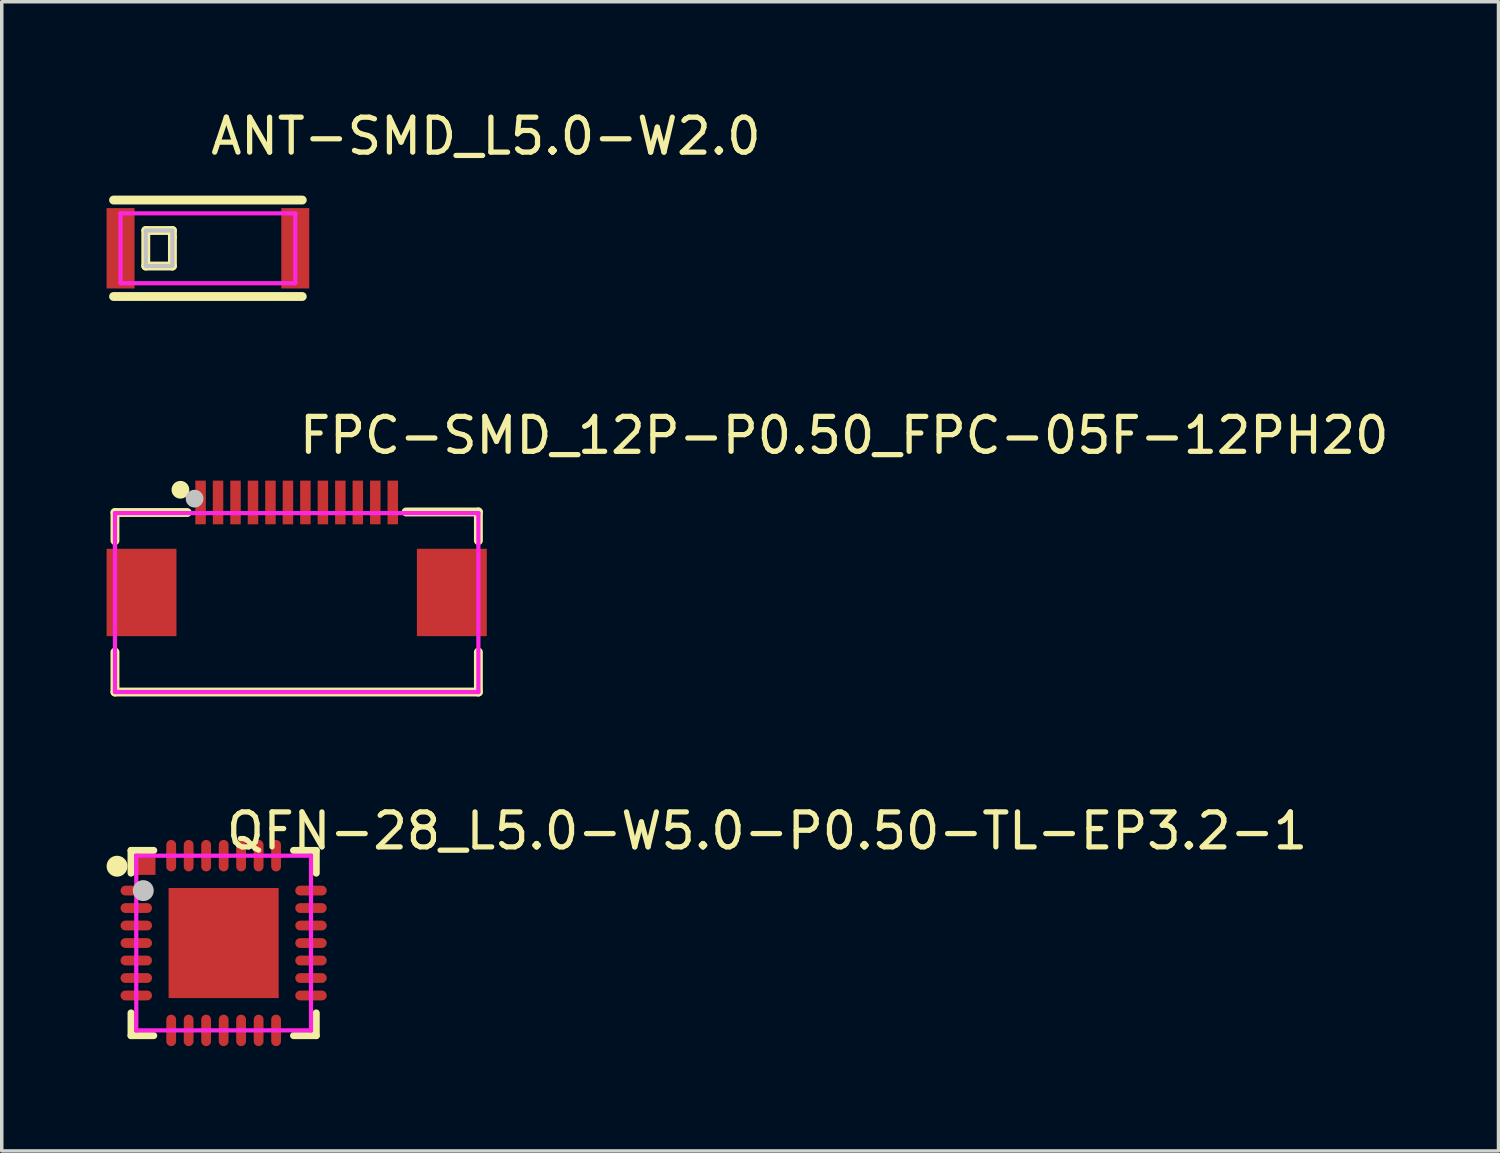
<source format=kicad_pcb>
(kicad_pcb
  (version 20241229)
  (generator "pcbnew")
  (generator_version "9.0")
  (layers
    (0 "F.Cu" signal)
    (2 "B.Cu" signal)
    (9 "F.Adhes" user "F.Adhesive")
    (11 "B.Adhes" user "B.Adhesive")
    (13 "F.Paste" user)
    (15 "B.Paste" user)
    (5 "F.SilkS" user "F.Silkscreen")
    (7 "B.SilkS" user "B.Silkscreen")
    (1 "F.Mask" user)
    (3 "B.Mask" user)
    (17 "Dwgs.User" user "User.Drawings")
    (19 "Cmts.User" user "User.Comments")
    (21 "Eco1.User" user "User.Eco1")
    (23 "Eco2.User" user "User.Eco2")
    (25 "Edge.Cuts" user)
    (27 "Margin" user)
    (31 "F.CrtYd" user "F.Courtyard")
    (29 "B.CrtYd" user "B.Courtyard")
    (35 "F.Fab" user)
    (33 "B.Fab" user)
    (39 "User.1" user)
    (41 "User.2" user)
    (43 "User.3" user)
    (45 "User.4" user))
  (footprint "ANT-SMD_L5.0-W2.0"
    (layer "F.Cu")
    (at 2.9 4.055)
    (property "Reference" "ANT-SMD_L5.0-W2.0" (at 0 -3.207 0) (layer "F.SilkS") (effects (font (size 1 1) (thickness 0.15)) (justify left)))
    (attr through_hole)
    (fp_line (start -2.7 -1.38) (end 2.7 -1.38) (stroke (width 0.254) (type solid)) (layer "F.SilkS"))
    (fp_line (start -2.7 1.38) (end 2.7 1.38) (stroke (width 0.254) (type solid)) (layer "F.SilkS"))
    (fp_line (start -1.778 -0.508) (end -1.778 0.508) (stroke (width 0.254) (type solid)) (layer "F.SilkS"))
    (fp_line (start -1.778 0.508) (end -1.016 0.508) (stroke (width 0.254) (type solid)) (layer "F.SilkS"))
    (fp_line (start -1.016 -0.508) (end -1.778 -0.508) (stroke (width 0.254) (type solid)) (layer "F.SilkS"))
    (fp_line (start -1.016 -0.32) (end -1.016 -0.508) (stroke (width 0.254) (type solid)) (layer "F.SilkS"))
    (fp_line (start -1.016 0.508) (end -1.016 -0.32) (stroke (width 0.254) (type solid)) (layer "F.SilkS"))
    (fp_poly (pts (xy -1.778 -0.508) (xy -1.778 0.508) (xy -1.016 0.508) (xy -1.016 -0.508)) (stroke (width 0.12) (type solid)) (fill no) (layer "Dwgs.User"))
    (fp_circle (center -2.5 1) (end -2.47 1) (stroke (width 0.06) (type solid)) (fill no) (layer "Eco2.User"))
    (fp_poly (pts (xy -2.5 -1) (xy -2 -1) (xy -2 1) (xy -2.5 1)) (stroke (width 0.12) (type solid)) (fill no) (layer "Eco2.User"))
    (fp_poly (pts (xy 2 -1) (xy 2.5 -1) (xy 2.5 1) (xy 2 1)) (stroke (width 0.12) (type solid)) (fill no) (layer "Eco2.User"))
    (fp_line (start -2.5 -1) (end 2.5 -1) (stroke (width 0.12) (type solid)) (layer "F.CrtYd"))
    (fp_line (start -2.5 1) (end -2.5 -1) (stroke (width 0.12) (type solid)) (layer "F.CrtYd"))
    (fp_line (start 2.5 -1) (end 2.5 1) (stroke (width 0.12) (type solid)) (layer "F.CrtYd"))
    (fp_line (start 2.5 1) (end -2.5 1) (stroke (width 0.12) (type solid)) (layer "F.CrtYd"))
    (pad "1" smd rect (at -2.5 0) (size 0.8 2.3) (layers "F.Cu" "F.Mask" "F.Paste"))
    (pad "2" smd rect (at 2.5 0) (size 0.8 2.3) (layers "F.Cu" "F.Mask" "F.Paste")))
  (footprint "FPC-SMD_12P-P0.50_FPC-05F-12PH20"
    (layer "F.Cu")
    (at 5.44 12.617)
    (property "Reference" "FPC-SMD_12P-P0.50_FPC-05F-12PH20" (at 0 -3.207 0) (layer "F.SilkS") (effects (font (size 1 1) (thickness 0.15)) (justify left)))
    (attr through_hole)
    (fp_line (start -5.2 -1) (end -3.131 -1) (stroke (width 0.254) (type solid)) (layer "F.SilkS"))
    (fp_line (start -5.2 -0.194) (end -5.2 -1) (stroke (width 0.254) (type solid)) (layer "F.SilkS"))
    (fp_line (start -5.2 4.137) (end -5.2 2.993) (stroke (width 0.254) (type solid)) (layer "F.SilkS"))
    (fp_line (start -5.2 4.137) (end 5.2 4.137) (stroke (width 0.254) (type solid)) (layer "F.SilkS"))
    (fp_line (start 5.2 -1.016) (end 3.131 -1.016) (stroke (width 0.254) (type solid)) (layer "F.SilkS"))
    (fp_line (start 5.2 -0.194) (end 5.2 -1.016) (stroke (width 0.254) (type solid)) (layer "F.SilkS"))
    (fp_line (start 5.2 4.137) (end 5.2 2.993) (stroke (width 0.254) (type solid)) (layer "F.SilkS"))
    (fp_circle (center -3.327 -1.651) (end -3.2 -1.651) (stroke (width 0.254) (type solid)) (fill no) (layer "F.SilkS"))
    (fp_circle (center -2.921 -1.397) (end -2.794 -1.397) (stroke (width 0.254) (type solid)) (fill no) (layer "Dwgs.User"))
    (fp_circle (center -5.2 -1.683) (end -5.17 -1.683) (stroke (width 0.06) (type solid)) (fill no) (layer "Eco2.User"))
    (fp_poly (pts (xy -4.94 0.538) (xy -3.94 0.538) (xy -3.94 2.038) (xy -4.94 2.038)) (stroke (width 0.12) (type solid)) (fill no) (layer "Eco2.User"))
    (fp_poly (pts (xy -2.85 -1.683) (xy -2.65 -1.683) (xy -2.65 -0.883) (xy -2.85 -0.883)) (stroke (width 0.12) (type solid)) (fill no) (layer "Eco2.User"))
    (fp_poly (pts (xy -2.35 -1.683) (xy -2.15 -1.683) (xy -2.15 -0.883) (xy -2.35 -0.883)) (stroke (width 0.12) (type solid)) (fill no) (layer "Eco2.User"))
    (fp_poly (pts (xy -1.85 -1.683) (xy -1.65 -1.683) (xy -1.65 -0.883) (xy -1.85 -0.883)) (stroke (width 0.12) (type solid)) (fill no) (layer "Eco2.User"))
    (fp_poly (pts (xy -1.35 -1.683) (xy -1.15 -1.683) (xy -1.15 -0.883) (xy -1.35 -0.883)) (stroke (width 0.12) (type solid)) (fill no) (layer "Eco2.User"))
    (fp_poly (pts (xy -0.85 -1.683) (xy -0.65 -1.683) (xy -0.65 -0.883) (xy -0.85 -0.883)) (stroke (width 0.12) (type solid)) (fill no) (layer "Eco2.User"))
    (fp_poly (pts (xy -0.35 -1.683) (xy -0.15 -1.683) (xy -0.15 -0.883) (xy -0.35 -0.883)) (stroke (width 0.12) (type solid)) (fill no) (layer "Eco2.User"))
    (fp_poly (pts (xy 0.15 -1.683) (xy 0.35 -1.683) (xy 0.35 -0.883) (xy 0.15 -0.883)) (stroke (width 0.12) (type solid)) (fill no) (layer "Eco2.User"))
    (fp_poly (pts (xy 0.65 -1.683) (xy 0.85 -1.683) (xy 0.85 -0.883) (xy 0.65 -0.883)) (stroke (width 0.12) (type solid)) (fill no) (layer "Eco2.User"))
    (fp_poly (pts (xy 1.15 -1.683) (xy 1.35 -1.683) (xy 1.35 -0.883) (xy 1.15 -0.883)) (stroke (width 0.12) (type solid)) (fill no) (layer "Eco2.User"))
    (fp_poly (pts (xy 1.65 -1.683) (xy 1.85 -1.683) (xy 1.85 -0.883) (xy 1.65 -0.883)) (stroke (width 0.12) (type solid)) (fill no) (layer "Eco2.User"))
    (fp_poly (pts (xy 2.15 -1.683) (xy 2.35 -1.683) (xy 2.35 -0.883) (xy 2.15 -0.883)) (stroke (width 0.12) (type solid)) (fill no) (layer "Eco2.User"))
    (fp_poly (pts (xy 2.65 -1.683) (xy 2.85 -1.683) (xy 2.85 -0.883) (xy 2.65 -0.883)) (stroke (width 0.12) (type solid)) (fill no) (layer "Eco2.User"))
    (fp_poly (pts (xy 3.94 0.538) (xy 4.94 0.538) (xy 4.94 2.038) (xy 3.94 2.038)) (stroke (width 0.12) (type solid)) (fill no) (layer "Eco2.User"))
    (fp_line (start -5.2 -0.983) (end 5.2 -0.983) (stroke (width 0.12) (type solid)) (layer "F.CrtYd"))
    (fp_line (start -5.2 4.137) (end -5.2 -0.983) (stroke (width 0.12) (type solid)) (layer "F.CrtYd"))
    (fp_line (start 5.2 -0.983) (end 5.2 4.137) (stroke (width 0.12) (type solid)) (layer "F.CrtYd"))
    (fp_line (start 5.2 4.137) (end -5.2 4.137) (stroke (width 0.12) (type solid)) (layer "F.CrtYd"))
    (pad "1" smd rect (at -2.75 -1.288) (size 0.3 1.25) (layers "F.Cu" "F.Mask" "F.Paste"))
    (pad "2" smd rect (at -2.25 -1.288) (size 0.3 1.25) (layers "F.Cu" "F.Mask" "F.Paste"))
    (pad "3" smd rect (at -1.75 -1.288) (size 0.3 1.25) (layers "F.Cu" "F.Mask" "F.Paste"))
    (pad "4" smd rect (at -1.25 -1.288) (size 0.3 1.25) (layers "F.Cu" "F.Mask" "F.Paste"))
    (pad "5" smd rect (at -0.75 -1.288) (size 0.3 1.25) (layers "F.Cu" "F.Mask" "F.Paste"))
    (pad "6" smd rect (at -0.25 -1.288) (size 0.3 1.25) (layers "F.Cu" "F.Mask" "F.Paste"))
    (pad "7" smd rect (at 0.25 -1.288) (size 0.3 1.25) (layers "F.Cu" "F.Mask" "F.Paste"))
    (pad "8" smd rect (at 0.75 -1.288) (size 0.3 1.25) (layers "F.Cu" "F.Mask" "F.Paste"))
    (pad "9" smd rect (at 1.25 -1.288) (size 0.3 1.25) (layers "F.Cu" "F.Mask" "F.Paste"))
    (pad "10" smd rect (at 1.75 -1.288) (size 0.3 1.25) (layers "F.Cu" "F.Mask" "F.Paste"))
    (pad "11" smd rect (at 2.25 -1.288) (size 0.3 1.25) (layers "F.Cu" "F.Mask" "F.Paste"))
    (pad "12" smd rect (at 2.75 -1.288) (size 0.3 1.25) (layers "F.Cu" "F.Mask" "F.Paste"))
    (pad "13" smd rect (at 4.44 1.288) (size 2 2.5) (layers "F.Cu" "F.Mask" "F.Paste"))
    (pad "14" smd rect (at -4.44 1.288) (size 2 2.5) (layers "F.Cu" "F.Mask" "F.Paste")))
  (footprint "QFN-28_L5.0-W5.0-P0.50-TL-EP3.2-1"
    (layer "F.Cu")
    (at 3.35 23.937)
    (property "Reference" "QFN-28_L5.0-W5.0-P0.50-TL-EP3.2-1" (at 0 -3.207 0) (layer "F.SilkS") (effects (font (size 1 1) (thickness 0.15)) (justify left)))
    (attr through_hole)
    (fp_line (start -2.65 -2.65) (end -2 -2.65) (stroke (width 0.2) (type solid)) (layer "F.SilkS"))
    (fp_line (start -2.65 -2) (end -2.65 -2.65) (stroke (width 0.2) (type solid)) (layer "F.SilkS"))
    (fp_line (start -2.65 2) (end -2.65 2.65) (stroke (width 0.2) (type solid)) (layer "F.SilkS"))
    (fp_line (start -2.65 2.65) (end -2 2.65) (stroke (width 0.2) (type solid)) (layer "F.SilkS"))
    (fp_line (start 2 2.65) (end 2.65 2.65) (stroke (width 0.2) (type solid)) (layer "F.SilkS"))
    (fp_line (start 2.65 -2.65) (end 2 -2.65) (stroke (width 0.2) (type solid)) (layer "F.SilkS"))
    (fp_line (start 2.65 -2) (end 2.65 -2.65) (stroke (width 0.2) (type solid)) (layer "F.SilkS"))
    (fp_line (start 2.65 2.65) (end 2.65 2) (stroke (width 0.2) (type solid)) (layer "F.SilkS"))
    (fp_arc (start -2.9 -2.197) (mid -3.200012 -2.19973) (end -2.899988 -2.19954) (stroke (width 0.3) (type solid)) (layer "F.SilkS"))
    (fp_circle (center -2.3 -1.5) (end -2.15 -1.5) (stroke (width 0.3) (type solid)) (fill no) (layer "Dwgs.User"))
    (fp_circle (center -2.5 -2.5) (end -2.47 -2.5) (stroke (width 0.06) (type solid)) (fill no) (layer "Eco2.User"))
    (fp_poly (pts (xy -2.1 -1.626) (xy -2.1 -1.376) (xy -2.5 -1.376) (xy -2.5 -1.626)) (stroke (width 0.12) (type solid)) (fill no) (layer "Eco2.User"))
    (fp_poly (pts (xy -2.1 -1.126) (xy -2.1 -0.876) (xy -2.5 -0.876) (xy -2.5 -1.126)) (stroke (width 0.12) (type solid)) (fill no) (layer "Eco2.User"))
    (fp_poly (pts (xy -2.1 -0.626) (xy -2.1 -0.376) (xy -2.5 -0.376) (xy -2.5 -0.626)) (stroke (width 0.12) (type solid)) (fill no) (layer "Eco2.User"))
    (fp_poly (pts (xy -2.1 -0.125) (xy -2.1 0.125) (xy -2.5 0.125) (xy -2.5 -0.125)) (stroke (width 0.12) (type solid)) (fill no) (layer "Eco2.User"))
    (fp_poly (pts (xy -2.1 0.375) (xy -2.1 0.625) (xy -2.5 0.625) (xy -2.5 0.375)) (stroke (width 0.12) (type solid)) (fill no) (layer "Eco2.User"))
    (fp_poly (pts (xy -2.1 0.876) (xy -2.1 1.126) (xy -2.5 1.126) (xy -2.5 0.876)) (stroke (width 0.12) (type solid)) (fill no) (layer "Eco2.User"))
    (fp_poly (pts (xy -2.1 1.376) (xy -2.1 1.626) (xy -2.5 1.626) (xy -2.5 1.376)) (stroke (width 0.12) (type solid)) (fill no) (layer "Eco2.User"))
    (fp_poly (pts (xy -1.982 -2.417) (xy -1.982 -1.982) (xy -2.417 -1.982) (xy -2.417 -2.417)) (stroke (width 0.12) (type solid)) (fill no) (layer "Eco2.User"))
    (fp_poly (pts (xy -1.626 -2.5) (xy -1.376 -2.5) (xy -1.376 -2.1) (xy -1.626 -2.1)) (stroke (width 0.12) (type solid)) (fill no) (layer "Eco2.User"))
    (fp_poly (pts (xy -1.626 2.1) (xy -1.376 2.1) (xy -1.376 2.5) (xy -1.626 2.5)) (stroke (width 0.12) (type solid)) (fill no) (layer "Eco2.User"))
    (fp_poly (pts (xy -1.575 -1.575) (xy 1.575 -1.575) (xy 1.575 1.575) (xy -1.575 1.575)) (stroke (width 0.12) (type solid)) (fill no) (layer "Eco2.User"))
    (fp_poly (pts (xy -1.126 -2.5) (xy -0.876 -2.5) (xy -0.876 -2.1) (xy -1.126 -2.1)) (stroke (width 0.12) (type solid)) (fill no) (layer "Eco2.User"))
    (fp_poly (pts (xy -1.126 2.1) (xy -0.876 2.1) (xy -0.876 2.5) (xy -1.126 2.5)) (stroke (width 0.12) (type solid)) (fill no) (layer "Eco2.User"))
    (fp_poly (pts (xy -0.626 -2.5) (xy -0.376 -2.5) (xy -0.376 -2.1) (xy -0.626 -2.1)) (stroke (width 0.12) (type solid)) (fill no) (layer "Eco2.User"))
    (fp_poly (pts (xy -0.626 2.1) (xy -0.376 2.1) (xy -0.376 2.5) (xy -0.626 2.5)) (stroke (width 0.12) (type solid)) (fill no) (layer "Eco2.User"))
    (fp_poly (pts (xy -0.125 -2.5) (xy 0.125 -2.5) (xy 0.125 -2.1) (xy -0.125 -2.1)) (stroke (width 0.12) (type solid)) (fill no) (layer "Eco2.User"))
    (fp_poly (pts (xy -0.125 2.1) (xy 0.125 2.1) (xy 0.125 2.5) (xy -0.125 2.5)) (stroke (width 0.12) (type solid)) (fill no) (layer "Eco2.User"))
    (fp_poly (pts (xy 0.375 -2.5) (xy 0.625 -2.5) (xy 0.625 -2.1) (xy 0.375 -2.1)) (stroke (width 0.12) (type solid)) (fill no) (layer "Eco2.User"))
    (fp_poly (pts (xy 0.375 2.1) (xy 0.625 2.1) (xy 0.625 2.5) (xy 0.375 2.5)) (stroke (width 0.12) (type solid)) (fill no) (layer "Eco2.User"))
    (fp_poly (pts (xy 0.876 -2.5) (xy 1.126 -2.5) (xy 1.126 -2.1) (xy 0.876 -2.1)) (stroke (width 0.12) (type solid)) (fill no) (layer "Eco2.User"))
    (fp_poly (pts (xy 0.876 2.1) (xy 1.126 2.1) (xy 1.126 2.5) (xy 0.876 2.5)) (stroke (width 0.12) (type solid)) (fill no) (layer "Eco2.User"))
    (fp_poly (pts (xy 1.376 -2.5) (xy 1.626 -2.5) (xy 1.626 -2.1) (xy 1.376 -2.1)) (stroke (width 0.12) (type solid)) (fill no) (layer "Eco2.User"))
    (fp_poly (pts (xy 1.376 2.1) (xy 1.626 2.1) (xy 1.626 2.5) (xy 1.376 2.5)) (stroke (width 0.12) (type solid)) (fill no) (layer "Eco2.User"))
    (fp_poly (pts (xy 2.5 -1.626) (xy 2.5 -1.376) (xy 2.1 -1.376) (xy 2.1 -1.626)) (stroke (width 0.12) (type solid)) (fill no) (layer "Eco2.User"))
    (fp_poly (pts (xy 2.5 -1.126) (xy 2.5 -0.876) (xy 2.1 -0.876) (xy 2.1 -1.126)) (stroke (width 0.12) (type solid)) (fill no) (layer "Eco2.User"))
    (fp_poly (pts (xy 2.5 -0.626) (xy 2.5 -0.376) (xy 2.1 -0.376) (xy 2.1 -0.626)) (stroke (width 0.12) (type solid)) (fill no) (layer "Eco2.User"))
    (fp_poly (pts (xy 2.5 -0.125) (xy 2.5 0.125) (xy 2.1 0.125) (xy 2.1 -0.125)) (stroke (width 0.12) (type solid)) (fill no) (layer "Eco2.User"))
    (fp_poly (pts (xy 2.5 0.375) (xy 2.5 0.625) (xy 2.1 0.625) (xy 2.1 0.375)) (stroke (width 0.12) (type solid)) (fill no) (layer "Eco2.User"))
    (fp_poly (pts (xy 2.5 0.876) (xy 2.5 1.126) (xy 2.1 1.126) (xy 2.1 0.876)) (stroke (width 0.12) (type solid)) (fill no) (layer "Eco2.User"))
    (fp_poly (pts (xy 2.5 1.376) (xy 2.5 1.626) (xy 2.1 1.626) (xy 2.1 1.376)) (stroke (width 0.12) (type solid)) (fill no) (layer "Eco2.User"))
    (fp_line (start -2.5 -2.5) (end 2.5 -2.5) (stroke (width 0.12) (type solid)) (layer "F.CrtYd"))
    (fp_line (start -2.5 2.5) (end -2.5 -2.5) (stroke (width 0.12) (type solid)) (layer "F.CrtYd"))
    (fp_line (start 2.5 -2.5) (end 2.5 2.5) (stroke (width 0.12) (type solid)) (layer "F.CrtYd"))
    (fp_line (start 2.5 2.5) (end -2.5 2.5) (stroke (width 0.12) (type solid)) (layer "F.CrtYd"))
    (pad "1" smd oval (at -2.5 -1.501 90) (size 0.28 0.9) (layers "F.Cu" "F.Mask" "F.Paste"))
    (pad "2" smd oval (at -2.5 -1.001 90) (size 0.28 0.9) (layers "F.Cu" "F.Mask" "F.Paste"))
    (pad "3" smd oval (at -2.5 -0.501 90) (size 0.28 0.9) (layers "F.Cu" "F.Mask" "F.Paste"))
    (pad "4" smd oval (at -2.5 0 90) (size 0.28 0.9) (layers "F.Cu" "F.Mask" "F.Paste"))
    (pad "5" smd oval (at -2.5 0.5 90) (size 0.28 0.9) (layers "F.Cu" "F.Mask" "F.Paste"))
    (pad "6" smd oval (at -2.5 1.001 90) (size 0.28 0.9) (layers "F.Cu" "F.Mask" "F.Paste"))
    (pad "7" smd oval (at -2.5 1.501 90) (size 0.28 0.9) (layers "F.Cu" "F.Mask" "F.Paste"))
    (pad "8" smd oval (at -1.501 2.5) (size 0.28 0.9) (layers "F.Cu" "F.Mask" "F.Paste"))
    (pad "9" smd oval (at -1.001 2.5) (size 0.28 0.9) (layers "F.Cu" "F.Mask" "F.Paste"))
    (pad "10" smd oval (at -0.501 2.5) (size 0.28 0.9) (layers "F.Cu" "F.Mask" "F.Paste"))
    (pad "11" smd oval (at 0 2.5) (size 0.28 0.9) (layers "F.Cu" "F.Mask" "F.Paste"))
    (pad "12" smd oval (at 0.5 2.5) (size 0.28 0.9) (layers "F.Cu" "F.Mask" "F.Paste"))
    (pad "13" smd oval (at 1.001 2.5) (size 0.28 0.9) (layers "F.Cu" "F.Mask" "F.Paste"))
    (pad "14" smd oval (at 1.501 2.5) (size 0.28 0.9) (layers "F.Cu" "F.Mask" "F.Paste"))
    (pad "15" smd oval (at 2.5 1.501 90) (size 0.28 0.9) (layers "F.Cu" "F.Mask" "F.Paste"))
    (pad "16" smd oval (at 2.5 1.001 90) (size 0.28 0.9) (layers "F.Cu" "F.Mask" "F.Paste"))
    (pad "17" smd oval (at 2.5 0.5 90) (size 0.28 0.9) (layers "F.Cu" "F.Mask" "F.Paste"))
    (pad "18" smd oval (at 2.5 0 90) (size 0.28 0.9) (layers "F.Cu" "F.Mask" "F.Paste"))
    (pad "19" smd oval (at 2.5 -0.501 90) (size 0.28 0.9) (layers "F.Cu" "F.Mask" "F.Paste"))
    (pad "20" smd oval (at 2.5 -1.001 90) (size 0.28 0.9) (layers "F.Cu" "F.Mask" "F.Paste"))
    (pad "21" smd oval (at 2.5 -1.501 90) (size 0.28 0.9) (layers "F.Cu" "F.Mask" "F.Paste"))
    (pad "22" smd oval (at 1.501 -2.5) (size 0.28 0.9) (layers "F.Cu" "F.Mask" "F.Paste"))
    (pad "23" smd oval (at 1.001 -2.5) (size 0.28 0.9) (layers "F.Cu" "F.Mask" "F.Paste"))
    (pad "24" smd oval (at 0.5 -2.5) (size 0.28 0.9) (layers "F.Cu" "F.Mask" "F.Paste"))
    (pad "25" smd oval (at 0 -2.5) (size 0.28 0.9) (layers "F.Cu" "F.Mask" "F.Paste"))
    (pad "26" smd oval (at -0.501 -2.5) (size 0.28 0.9) (layers "F.Cu" "F.Mask" "F.Paste"))
    (pad "27" smd oval (at -1.001 -2.5) (size 0.28 0.9) (layers "F.Cu" "F.Mask" "F.Paste"))
    (pad "28" smd oval (at -1.501 -2.5) (size 0.28 0.9) (layers "F.Cu" "F.Mask" "F.Paste"))
    (pad "29" smd rect (at 0 0) (size 3.15 3.15) (layers "F.Cu" "F.Mask" "F.Paste"))
    (pad "30" smd rect (at -2.2 -2.2 90) (size 0.5 0.5) (layers "F.Cu" "F.Mask" "F.Paste")))
  (gr_rect
    (start -3 -3)
    (end 39.833 29.887)
    (stroke (width 0.1) (type default))
    (fill no)
    (layer "Edge.Cuts")))
</source>
